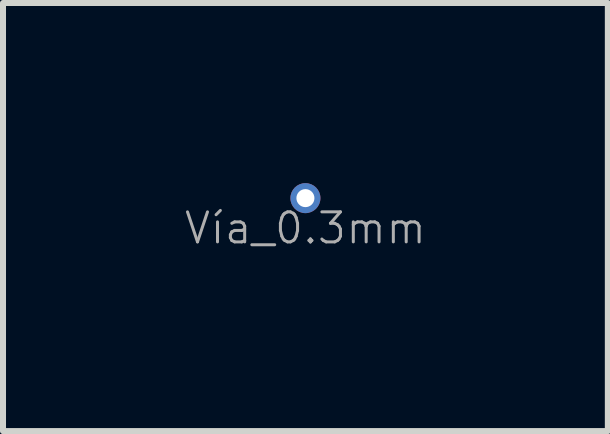
<source format=kicad_pcb>
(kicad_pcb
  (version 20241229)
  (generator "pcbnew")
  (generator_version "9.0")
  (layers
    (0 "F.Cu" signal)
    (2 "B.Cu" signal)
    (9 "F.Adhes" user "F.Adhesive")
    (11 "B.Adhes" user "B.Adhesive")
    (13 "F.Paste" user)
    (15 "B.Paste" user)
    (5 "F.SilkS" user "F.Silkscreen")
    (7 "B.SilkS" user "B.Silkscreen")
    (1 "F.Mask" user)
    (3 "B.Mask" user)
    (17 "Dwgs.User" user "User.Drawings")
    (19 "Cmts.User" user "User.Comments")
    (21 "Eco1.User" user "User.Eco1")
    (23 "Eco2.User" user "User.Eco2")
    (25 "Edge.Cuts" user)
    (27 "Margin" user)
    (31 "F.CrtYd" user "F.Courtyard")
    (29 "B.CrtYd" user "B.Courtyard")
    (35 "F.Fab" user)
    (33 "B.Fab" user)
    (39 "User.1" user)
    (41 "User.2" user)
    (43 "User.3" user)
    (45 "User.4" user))
  (footprint "Vía_0.3mm"
    (layer "F.Cu")
    (at 2.037 0.25)
    (property "Reference" "Vía_0.3mm" (at 0 0.5 0) (layer "F.Fab") (effects (font (size 0.5 0.5) (thickness 0.05))))
    (attr through_hole)
    (pad "1" thru_hole circle (at 0 0) (size 0.5 0.5) (drill 0.3) (layers "*.Cu")))
  (gr_rect
    (start -3 -3)
    (end 7.074 4.13)
    (stroke (width 0.1) (type default))
    (fill no)
    (layer "Edge.Cuts")))
</source>
